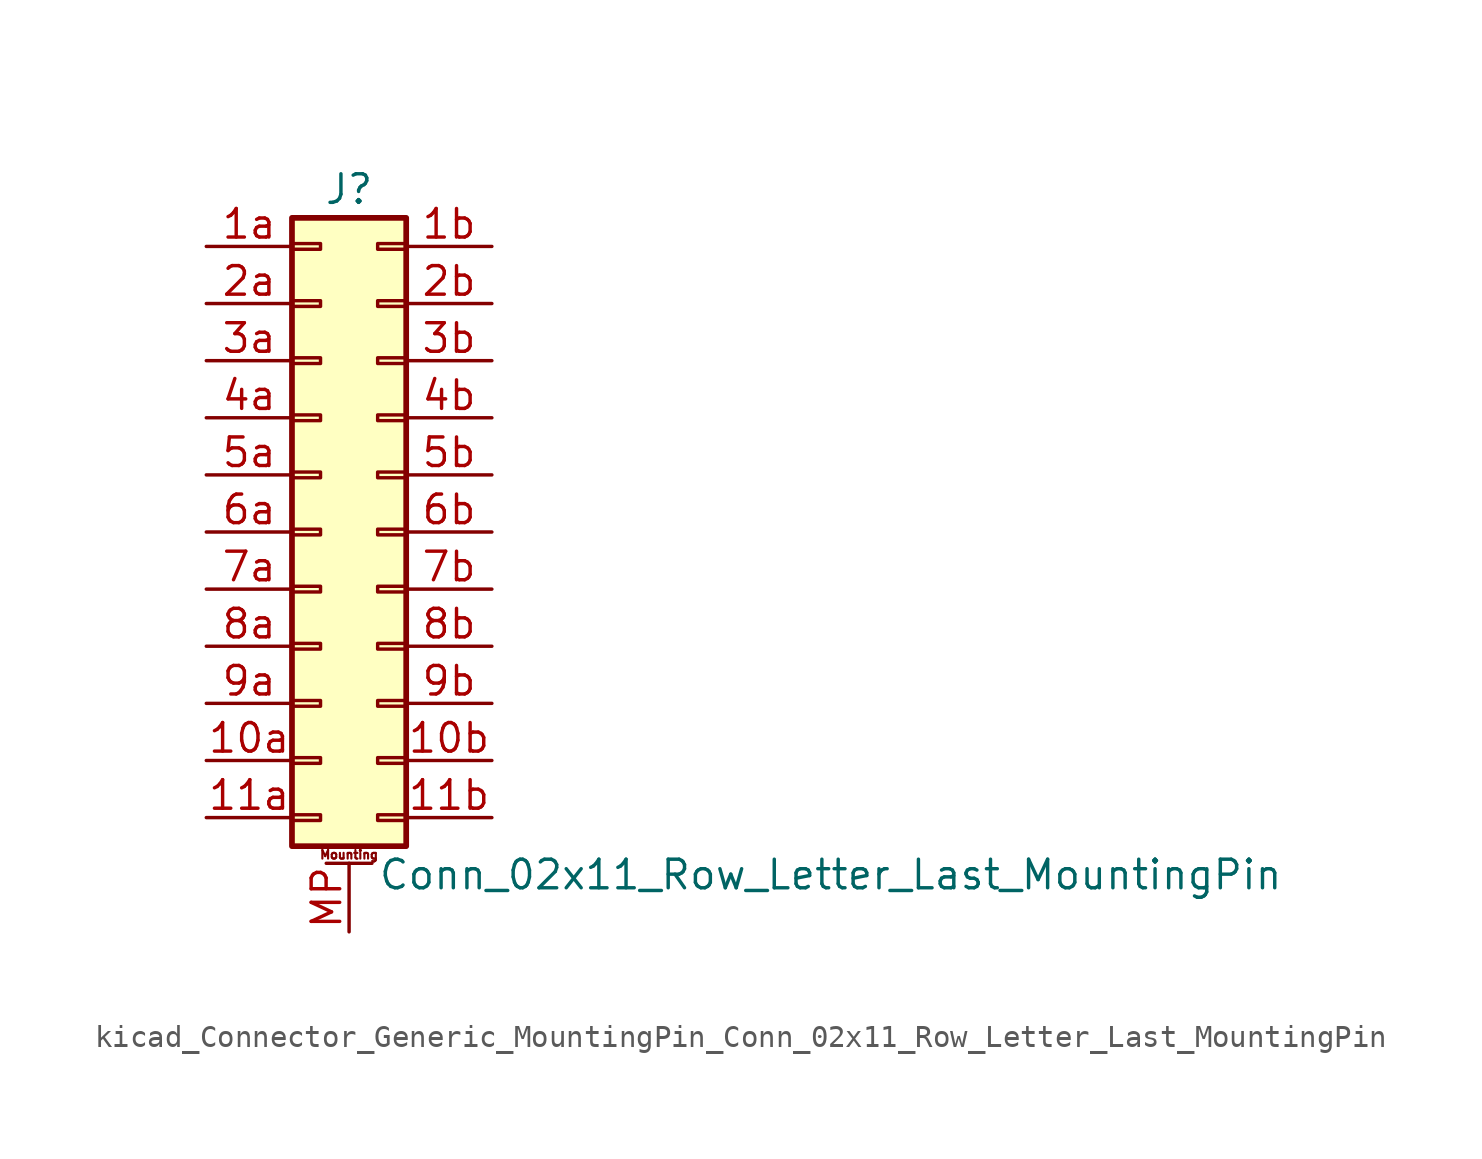
<source format=kicad_sym>
(kicad_symbol_lib
  (version 20220914)
  (generator kicad_symbol_editor)
  (symbol "kicad_Connector_Generic_MountingPin_Conn_02x11_Row_Letter_Last_MountingPin"
    (pin_names
      (offset 1.016) hide)
    (property "Reference" "J"
      (at 1.27 15.24 0)
      (effects (font (size 1.27 1.27))))
    (property "Value" "Conn_02x11_Row_Letter_Last_MountingPin"
      (at 2.54 -15.24 0)
      (effects (font (size 1.27 1.27)) (justify left)))
    (symbol "kicad_Connector_Generic_MountingPin_Conn_02x11_Row_Letter_Last_MountingPin_1_1"
      (rectangle (start -1.27 -12.573) (end 0 -12.827) (stroke (width 0.152) (type default)) (fill (type none)))
      (rectangle (start -1.27 -10.033) (end 0 -10.287) (stroke (width 0.152) (type default)) (fill (type none)))
      (rectangle (start -1.27 -7.493) (end 0 -7.747) (stroke (width 0.152) (type default)) (fill (type none)))
      (rectangle (start -1.27 -4.953) (end 0 -5.207) (stroke (width 0.152) (type default)) (fill (type none)))
      (rectangle (start -1.27 -2.413) (end 0 -2.667) (stroke (width 0.152) (type default)) (fill (type none)))
      (rectangle (start -1.27 0.127) (end 0 -0.127) (stroke (width 0.152) (type default)) (fill (type none)))
      (rectangle (start -1.27 2.667) (end 0 2.413) (stroke (width 0.152) (type default)) (fill (type none)))
      (rectangle (start -1.27 5.207) (end 0 4.953) (stroke (width 0.152) (type default)) (fill (type none)))
      (rectangle (start -1.27 7.747) (end 0 7.493) (stroke (width 0.152) (type default)) (fill (type none)))
      (rectangle (start -1.27 10.287) (end 0 10.033) (stroke (width 0.152) (type default)) (fill (type none)))
      (rectangle (start -1.27 12.827) (end 0 12.573) (stroke (width 0.152) (type default)) (fill (type none)))
      (rectangle (start -1.27 13.97) (end 3.81 -13.97) (stroke (width 0.254) (type default)) (fill (type background)))
      (polyline (pts (xy 0.254 -14.732) (xy 2.286 -14.732)) (stroke (width 0.152) (type default)) (fill (type none)))
      (rectangle (start 3.81 -12.573) (end 2.54 -12.827) (stroke (width 0.152) (type default)) (fill (type none)))
      (rectangle (start 3.81 -10.033) (end 2.54 -10.287) (stroke (width 0.152) (type default)) (fill (type none)))
      (rectangle (start 3.81 -7.493) (end 2.54 -7.747) (stroke (width 0.152) (type default)) (fill (type none)))
      (rectangle (start 3.81 -4.953) (end 2.54 -5.207) (stroke (width 0.152) (type default)) (fill (type none)))
      (rectangle (start 3.81 -2.413) (end 2.54 -2.667) (stroke (width 0.152) (type default)) (fill (type none)))
      (rectangle (start 3.81 0.127) (end 2.54 -0.127) (stroke (width 0.152) (type default)) (fill (type none)))
      (rectangle (start 3.81 2.667) (end 2.54 2.413) (stroke (width 0.152) (type default)) (fill (type none)))
      (rectangle (start 3.81 5.207) (end 2.54 4.953) (stroke (width 0.152) (type default)) (fill (type none)))
      (rectangle (start 3.81 7.747) (end 2.54 7.493) (stroke (width 0.152) (type default)) (fill (type none)))
      (rectangle (start 3.81 10.287) (end 2.54 10.033) (stroke (width 0.152) (type default)) (fill (type none)))
      (rectangle (start 3.81 12.827) (end 2.54 12.573) (stroke (width 0.152) (type default)) (fill (type none)))
      (text "Mounting" (at 1.27 -14.351 0) (effects (font (size 0.381 0.381))))
      (pin passive line (at -5.08 -10.16 0) (length 3.81) (name "Pin_10a" (effects (font (size 1.27 1.27)))) (number "10a" (effects (font (size 1.27 1.27)))))
      (pin passive line (at 7.62 -10.16 180) (length 3.81) (name "Pin_10b" (effects (font (size 1.27 1.27)))) (number "10b" (effects (font (size 1.27 1.27)))))
      (pin passive line (at -5.08 -12.7 0) (length 3.81) (name "Pin_11a" (effects (font (size 1.27 1.27)))) (number "11a" (effects (font (size 1.27 1.27)))))
      (pin passive line (at 7.62 -12.7 180) (length 3.81) (name "Pin_11b" (effects (font (size 1.27 1.27)))) (number "11b" (effects (font (size 1.27 1.27)))))
      (pin passive line (at -5.08 12.7 0) (length 3.81) (name "Pin_1a" (effects (font (size 1.27 1.27)))) (number "1a" (effects (font (size 1.27 1.27)))))
      (pin passive line (at 7.62 12.7 180) (length 3.81) (name "Pin_1b" (effects (font (size 1.27 1.27)))) (number "1b" (effects (font (size 1.27 1.27)))))
      (pin passive line (at -5.08 10.16 0) (length 3.81) (name "Pin_2a" (effects (font (size 1.27 1.27)))) (number "2a" (effects (font (size 1.27 1.27)))))
      (pin passive line (at 7.62 10.16 180) (length 3.81) (name "Pin_2b" (effects (font (size 1.27 1.27)))) (number "2b" (effects (font (size 1.27 1.27)))))
      (pin passive line (at -5.08 7.62 0) (length 3.81) (name "Pin_3a" (effects (font (size 1.27 1.27)))) (number "3a" (effects (font (size 1.27 1.27)))))
      (pin passive line (at 7.62 7.62 180) (length 3.81) (name "Pin_3b" (effects (font (size 1.27 1.27)))) (number "3b" (effects (font (size 1.27 1.27)))))
      (pin passive line (at -5.08 5.08 0) (length 3.81) (name "Pin_4a" (effects (font (size 1.27 1.27)))) (number "4a" (effects (font (size 1.27 1.27)))))
      (pin passive line (at 7.62 5.08 180) (length 3.81) (name "Pin_4b" (effects (font (size 1.27 1.27)))) (number "4b" (effects (font (size 1.27 1.27)))))
      (pin passive line (at -5.08 2.54 0) (length 3.81) (name "Pin_5a" (effects (font (size 1.27 1.27)))) (number "5a" (effects (font (size 1.27 1.27)))))
      (pin passive line (at 7.62 2.54 180) (length 3.81) (name "Pin_5b" (effects (font (size 1.27 1.27)))) (number "5b" (effects (font (size 1.27 1.27)))))
      (pin passive line (at -5.08 0 0) (length 3.81) (name "Pin_6a" (effects (font (size 1.27 1.27)))) (number "6a" (effects (font (size 1.27 1.27)))))
      (pin passive line (at 7.62 0 180) (length 3.81) (name "Pin_6b" (effects (font (size 1.27 1.27)))) (number "6b" (effects (font (size 1.27 1.27)))))
      (pin passive line (at -5.08 -2.54 0) (length 3.81) (name "Pin_7a" (effects (font (size 1.27 1.27)))) (number "7a" (effects (font (size 1.27 1.27)))))
      (pin passive line (at 7.62 -2.54 180) (length 3.81) (name "Pin_7b" (effects (font (size 1.27 1.27)))) (number "7b" (effects (font (size 1.27 1.27)))))
      (pin passive line (at -5.08 -5.08 0) (length 3.81) (name "Pin_8a" (effects (font (size 1.27 1.27)))) (number "8a" (effects (font (size 1.27 1.27)))))
      (pin passive line (at 7.62 -5.08 180) (length 3.81) (name "Pin_8b" (effects (font (size 1.27 1.27)))) (number "8b" (effects (font (size 1.27 1.27)))))
      (pin passive line (at -5.08 -7.62 0) (length 3.81) (name "Pin_9a" (effects (font (size 1.27 1.27)))) (number "9a" (effects (font (size 1.27 1.27)))))
      (pin passive line (at 7.62 -7.62 180) (length 3.81) (name "Pin_9b" (effects (font (size 1.27 1.27)))) (number "9b" (effects (font (size 1.27 1.27)))))
      (pin passive line (at 1.27 -17.78 90) (length 3.048) (name "MountPin" (effects (font (size 1.27 1.27)))) (number "MP" (effects (font (size 1.27 1.27))))))))
</source>
